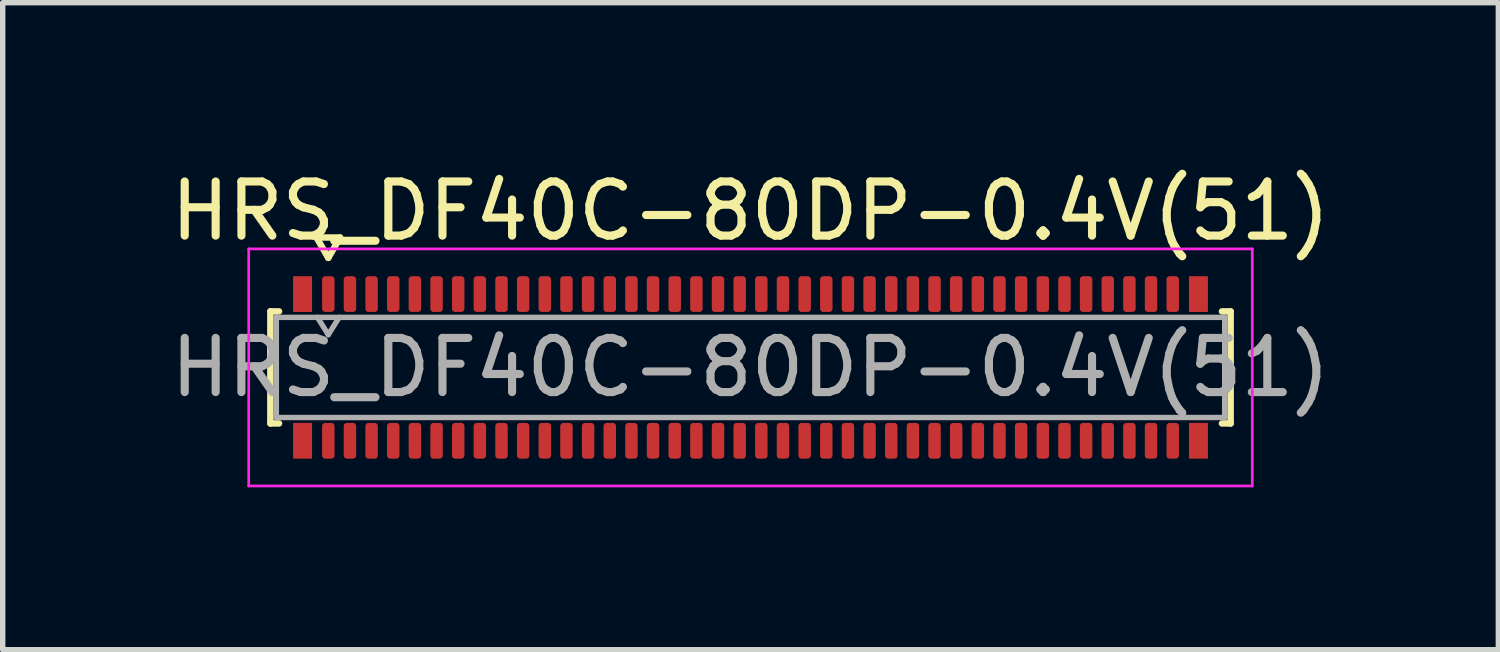
<source format=kicad_pcb>
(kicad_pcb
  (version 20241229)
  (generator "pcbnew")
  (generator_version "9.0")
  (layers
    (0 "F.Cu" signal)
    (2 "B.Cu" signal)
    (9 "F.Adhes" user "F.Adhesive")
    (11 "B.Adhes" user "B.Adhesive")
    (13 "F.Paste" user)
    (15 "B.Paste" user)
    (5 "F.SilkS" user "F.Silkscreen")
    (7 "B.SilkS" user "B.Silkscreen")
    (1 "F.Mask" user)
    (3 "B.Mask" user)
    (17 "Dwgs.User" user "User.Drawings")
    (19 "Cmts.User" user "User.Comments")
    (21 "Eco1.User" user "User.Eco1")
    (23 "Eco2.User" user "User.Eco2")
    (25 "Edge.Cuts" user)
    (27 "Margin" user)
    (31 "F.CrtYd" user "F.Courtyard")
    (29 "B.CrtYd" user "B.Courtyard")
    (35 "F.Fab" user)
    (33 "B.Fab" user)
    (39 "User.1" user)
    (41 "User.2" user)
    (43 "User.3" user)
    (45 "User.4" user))
  (footprint "HRS_DF40C-80DP-0.4V(51)"
    (layer "F.Cu")
    (at 10.815 3.738)
    (property "Reference" "HRS_DF40C-80DP-0.4V(51)" (at 0 -2.89 0) (layer "F.SilkS") (effects (font (size 1 1) (thickness 0.15))))
    (attr smd)
    (fp_line (start -8.87 -1.035) (end -8.71 -1.035) (stroke (width 0.12) (type solid)) (layer "F.SilkS"))
    (fp_line (start -8.87 1.035) (end -8.87 -1.035) (stroke (width 0.12) (type solid)) (layer "F.SilkS"))
    (fp_line (start -8.71 1.035) (end -8.87 1.035) (stroke (width 0.12) (type solid)) (layer "F.SilkS"))
    (fp_line (start -8.017 -2.4) (end -7.8 -2.025) (stroke (width 0.12) (type solid)) (layer "F.SilkS"))
    (fp_line (start -7.8 -2.025) (end -7.583 -2.4) (stroke (width 0.12) (type solid)) (layer "F.SilkS"))
    (fp_line (start -7.583 -2.4) (end -8.017 -2.4) (stroke (width 0.12) (type solid)) (layer "F.SilkS"))
    (fp_line (start 8.71 -1.035) (end 8.87 -1.035) (stroke (width 0.12) (type solid)) (layer "F.SilkS"))
    (fp_line (start 8.87 -1.035) (end 8.87 1.035) (stroke (width 0.12) (type solid)) (layer "F.SilkS"))
    (fp_line (start 8.87 1.035) (end 8.71 1.035) (stroke (width 0.12) (type solid)) (layer "F.SilkS"))
    (fp_line (start -9.27 -2.19) (end -9.27 2.19) (stroke (width 0.05) (type solid)) (layer "F.CrtYd"))
    (fp_line (start -9.27 2.19) (end 9.27 2.19) (stroke (width 0.05) (type solid)) (layer "F.CrtYd"))
    (fp_line (start 9.27 -2.19) (end -9.27 -2.19) (stroke (width 0.05) (type solid)) (layer "F.CrtYd"))
    (fp_line (start 9.27 2.19) (end 9.27 -2.19) (stroke (width 0.05) (type solid)) (layer "F.CrtYd"))
    (fp_line (start -8.76 -0.925) (end 8.76 -0.925) (stroke (width 0.1) (type solid)) (layer "F.Fab"))
    (fp_line (start -8.76 0.925) (end -8.76 -0.925) (stroke (width 0.1) (type solid)) (layer "F.Fab"))
    (fp_line (start -8 -0.925) (end -7.8 -0.605) (stroke (width 0.1) (type solid)) (layer "F.Fab"))
    (fp_line (start -7.8 -0.605) (end -7.6 -0.925) (stroke (width 0.1) (type solid)) (layer "F.Fab"))
    (fp_line (start 8.76 -0.925) (end 8.76 0.925) (stroke (width 0.1) (type solid)) (layer "F.Fab"))
    (fp_line (start 8.76 0.925) (end -8.76 0.925) (stroke (width 0.1) (type solid)) (layer "F.Fab"))
    (fp_text user "${REFERENCE}" (at 0 0 0) (layer "F.Fab") (effects (font (size 1 1) (thickness 0.15))))
    (pad "1" smd roundrect (at -7.8 -1.355) (size 0.23 0.66) (layers "F.Cu" "F.Mask" "F.Paste") (roundrect_rratio 0.25))
    (pad "2" smd roundrect (at -7.8 1.355) (size 0.23 0.66) (layers "F.Cu" "F.Mask" "F.Paste") (roundrect_rratio 0.25))
    (pad "3" smd roundrect (at -7.4 -1.355) (size 0.23 0.66) (layers "F.Cu" "F.Mask" "F.Paste") (roundrect_rratio 0.25))
    (pad "4" smd roundrect (at -7.4 1.355) (size 0.23 0.66) (layers "F.Cu" "F.Mask" "F.Paste") (roundrect_rratio 0.25))
    (pad "5" smd roundrect (at -7 -1.355) (size 0.23 0.66) (layers "F.Cu" "F.Mask" "F.Paste") (roundrect_rratio 0.25))
    (pad "6" smd roundrect (at -7 1.355) (size 0.23 0.66) (layers "F.Cu" "F.Mask" "F.Paste") (roundrect_rratio 0.25))
    (pad "7" smd roundrect (at -6.6 -1.355) (size 0.23 0.66) (layers "F.Cu" "F.Mask" "F.Paste") (roundrect_rratio 0.25))
    (pad "8" smd roundrect (at -6.6 1.355) (size 0.23 0.66) (layers "F.Cu" "F.Mask" "F.Paste") (roundrect_rratio 0.25))
    (pad "9" smd roundrect (at -6.2 -1.355) (size 0.23 0.66) (layers "F.Cu" "F.Mask" "F.Paste") (roundrect_rratio 0.25))
    (pad "10" smd roundrect (at -6.2 1.355) (size 0.23 0.66) (layers "F.Cu" "F.Mask" "F.Paste") (roundrect_rratio 0.25))
    (pad "11" smd roundrect (at -5.8 -1.355) (size 0.23 0.66) (layers "F.Cu" "F.Mask" "F.Paste") (roundrect_rratio 0.25))
    (pad "12" smd roundrect (at -5.8 1.355) (size 0.23 0.66) (layers "F.Cu" "F.Mask" "F.Paste") (roundrect_rratio 0.25))
    (pad "13" smd roundrect (at -5.4 -1.355) (size 0.23 0.66) (layers "F.Cu" "F.Mask" "F.Paste") (roundrect_rratio 0.25))
    (pad "14" smd roundrect (at -5.4 1.355) (size 0.23 0.66) (layers "F.Cu" "F.Mask" "F.Paste") (roundrect_rratio 0.25))
    (pad "15" smd roundrect (at -5 -1.355) (size 0.23 0.66) (layers "F.Cu" "F.Mask" "F.Paste") (roundrect_rratio 0.25))
    (pad "16" smd roundrect (at -5 1.355) (size 0.23 0.66) (layers "F.Cu" "F.Mask" "F.Paste") (roundrect_rratio 0.25))
    (pad "17" smd roundrect (at -4.6 -1.355) (size 0.23 0.66) (layers "F.Cu" "F.Mask" "F.Paste") (roundrect_rratio 0.25))
    (pad "18" smd roundrect (at -4.6 1.355) (size 0.23 0.66) (layers "F.Cu" "F.Mask" "F.Paste") (roundrect_rratio 0.25))
    (pad "19" smd roundrect (at -4.2 -1.355) (size 0.23 0.66) (layers "F.Cu" "F.Mask" "F.Paste") (roundrect_rratio 0.25))
    (pad "20" smd roundrect (at -4.2 1.355) (size 0.23 0.66) (layers "F.Cu" "F.Mask" "F.Paste") (roundrect_rratio 0.25))
    (pad "21" smd roundrect (at -3.8 -1.355) (size 0.23 0.66) (layers "F.Cu" "F.Mask" "F.Paste") (roundrect_rratio 0.25))
    (pad "22" smd roundrect (at -3.8 1.355) (size 0.23 0.66) (layers "F.Cu" "F.Mask" "F.Paste") (roundrect_rratio 0.25))
    (pad "23" smd roundrect (at -3.4 -1.355) (size 0.23 0.66) (layers "F.Cu" "F.Mask" "F.Paste") (roundrect_rratio 0.25))
    (pad "24" smd roundrect (at -3.4 1.355) (size 0.23 0.66) (layers "F.Cu" "F.Mask" "F.Paste") (roundrect_rratio 0.25))
    (pad "25" smd roundrect (at -3 -1.355) (size 0.23 0.66) (layers "F.Cu" "F.Mask" "F.Paste") (roundrect_rratio 0.25))
    (pad "26" smd roundrect (at -3 1.355) (size 0.23 0.66) (layers "F.Cu" "F.Mask" "F.Paste") (roundrect_rratio 0.25))
    (pad "27" smd roundrect (at -2.6 -1.355) (size 0.23 0.66) (layers "F.Cu" "F.Mask" "F.Paste") (roundrect_rratio 0.25))
    (pad "28" smd roundrect (at -2.6 1.355) (size 0.23 0.66) (layers "F.Cu" "F.Mask" "F.Paste") (roundrect_rratio 0.25))
    (pad "29" smd roundrect (at -2.2 -1.355) (size 0.23 0.66) (layers "F.Cu" "F.Mask" "F.Paste") (roundrect_rratio 0.25))
    (pad "30" smd roundrect (at -2.2 1.355) (size 0.23 0.66) (layers "F.Cu" "F.Mask" "F.Paste") (roundrect_rratio 0.25))
    (pad "31" smd roundrect (at -1.8 -1.355) (size 0.23 0.66) (layers "F.Cu" "F.Mask" "F.Paste") (roundrect_rratio 0.25))
    (pad "32" smd roundrect (at -1.8 1.355) (size 0.23 0.66) (layers "F.Cu" "F.Mask" "F.Paste") (roundrect_rratio 0.25))
    (pad "33" smd roundrect (at -1.4 -1.355) (size 0.23 0.66) (layers "F.Cu" "F.Mask" "F.Paste") (roundrect_rratio 0.25))
    (pad "34" smd roundrect (at -1.4 1.355) (size 0.23 0.66) (layers "F.Cu" "F.Mask" "F.Paste") (roundrect_rratio 0.25))
    (pad "35" smd roundrect (at -1 -1.355) (size 0.23 0.66) (layers "F.Cu" "F.Mask" "F.Paste") (roundrect_rratio 0.25))
    (pad "36" smd roundrect (at -1 1.355) (size 0.23 0.66) (layers "F.Cu" "F.Mask" "F.Paste") (roundrect_rratio 0.25))
    (pad "37" smd roundrect (at -0.6 -1.355) (size 0.23 0.66) (layers "F.Cu" "F.Mask" "F.Paste") (roundrect_rratio 0.25))
    (pad "38" smd roundrect (at -0.6 1.355) (size 0.23 0.66) (layers "F.Cu" "F.Mask" "F.Paste") (roundrect_rratio 0.25))
    (pad "39" smd roundrect (at -0.2 -1.355) (size 0.23 0.66) (layers "F.Cu" "F.Mask" "F.Paste") (roundrect_rratio 0.25))
    (pad "40" smd roundrect (at -0.2 1.355) (size 0.23 0.66) (layers "F.Cu" "F.Mask" "F.Paste") (roundrect_rratio 0.25))
    (pad "41" smd roundrect (at 0.2 -1.355) (size 0.23 0.66) (layers "F.Cu" "F.Mask" "F.Paste") (roundrect_rratio 0.25))
    (pad "42" smd roundrect (at 0.2 1.355) (size 0.23 0.66) (layers "F.Cu" "F.Mask" "F.Paste") (roundrect_rratio 0.25))
    (pad "43" smd roundrect (at 0.6 -1.355) (size 0.23 0.66) (layers "F.Cu" "F.Mask" "F.Paste") (roundrect_rratio 0.25))
    (pad "44" smd roundrect (at 0.6 1.355) (size 0.23 0.66) (layers "F.Cu" "F.Mask" "F.Paste") (roundrect_rratio 0.25))
    (pad "45" smd roundrect (at 1 -1.355) (size 0.23 0.66) (layers "F.Cu" "F.Mask" "F.Paste") (roundrect_rratio 0.25))
    (pad "46" smd roundrect (at 1 1.355) (size 0.23 0.66) (layers "F.Cu" "F.Mask" "F.Paste") (roundrect_rratio 0.25))
    (pad "47" smd roundrect (at 1.4 -1.355) (size 0.23 0.66) (layers "F.Cu" "F.Mask" "F.Paste") (roundrect_rratio 0.25))
    (pad "48" smd roundrect (at 1.4 1.355) (size 0.23 0.66) (layers "F.Cu" "F.Mask" "F.Paste") (roundrect_rratio 0.25))
    (pad "49" smd roundrect (at 1.8 -1.355) (size 0.23 0.66) (layers "F.Cu" "F.Mask" "F.Paste") (roundrect_rratio 0.25))
    (pad "50" smd roundrect (at 1.8 1.355) (size 0.23 0.66) (layers "F.Cu" "F.Mask" "F.Paste") (roundrect_rratio 0.25))
    (pad "51" smd roundrect (at 2.2 -1.355) (size 0.23 0.66) (layers "F.Cu" "F.Mask" "F.Paste") (roundrect_rratio 0.25))
    (pad "52" smd roundrect (at 2.2 1.355) (size 0.23 0.66) (layers "F.Cu" "F.Mask" "F.Paste") (roundrect_rratio 0.25))
    (pad "53" smd roundrect (at 2.6 -1.355) (size 0.23 0.66) (layers "F.Cu" "F.Mask" "F.Paste") (roundrect_rratio 0.25))
    (pad "54" smd roundrect (at 2.6 1.355) (size 0.23 0.66) (layers "F.Cu" "F.Mask" "F.Paste") (roundrect_rratio 0.25))
    (pad "55" smd roundrect (at 3 -1.355) (size 0.23 0.66) (layers "F.Cu" "F.Mask" "F.Paste") (roundrect_rratio 0.25))
    (pad "56" smd roundrect (at 3 1.355) (size 0.23 0.66) (layers "F.Cu" "F.Mask" "F.Paste") (roundrect_rratio 0.25))
    (pad "57" smd roundrect (at 3.4 -1.355) (size 0.23 0.66) (layers "F.Cu" "F.Mask" "F.Paste") (roundrect_rratio 0.25))
    (pad "58" smd roundrect (at 3.4 1.355) (size 0.23 0.66) (layers "F.Cu" "F.Mask" "F.Paste") (roundrect_rratio 0.25))
    (pad "59" smd roundrect (at 3.8 -1.355) (size 0.23 0.66) (layers "F.Cu" "F.Mask" "F.Paste") (roundrect_rratio 0.25))
    (pad "60" smd roundrect (at 3.8 1.355) (size 0.23 0.66) (layers "F.Cu" "F.Mask" "F.Paste") (roundrect_rratio 0.25))
    (pad "61" smd roundrect (at 4.2 -1.355) (size 0.23 0.66) (layers "F.Cu" "F.Mask" "F.Paste") (roundrect_rratio 0.25))
    (pad "62" smd roundrect (at 4.2 1.355) (size 0.23 0.66) (layers "F.Cu" "F.Mask" "F.Paste") (roundrect_rratio 0.25))
    (pad "63" smd roundrect (at 4.6 -1.355) (size 0.23 0.66) (layers "F.Cu" "F.Mask" "F.Paste") (roundrect_rratio 0.25))
    (pad "64" smd roundrect (at 4.6 1.355) (size 0.23 0.66) (layers "F.Cu" "F.Mask" "F.Paste") (roundrect_rratio 0.25))
    (pad "65" smd roundrect (at 5 -1.355) (size 0.23 0.66) (layers "F.Cu" "F.Mask" "F.Paste") (roundrect_rratio 0.25))
    (pad "66" smd roundrect (at 5 1.355) (size 0.23 0.66) (layers "F.Cu" "F.Mask" "F.Paste") (roundrect_rratio 0.25))
    (pad "67" smd roundrect (at 5.4 -1.355) (size 0.23 0.66) (layers "F.Cu" "F.Mask" "F.Paste") (roundrect_rratio 0.25))
    (pad "68" smd roundrect (at 5.4 1.355) (size 0.23 0.66) (layers "F.Cu" "F.Mask" "F.Paste") (roundrect_rratio 0.25))
    (pad "69" smd roundrect (at 5.8 -1.355) (size 0.23 0.66) (layers "F.Cu" "F.Mask" "F.Paste") (roundrect_rratio 0.25))
    (pad "70" smd roundrect (at 5.8 1.355) (size 0.23 0.66) (layers "F.Cu" "F.Mask" "F.Paste") (roundrect_rratio 0.25))
    (pad "71" smd roundrect (at 6.2 -1.355) (size 0.23 0.66) (layers "F.Cu" "F.Mask" "F.Paste") (roundrect_rratio 0.25))
    (pad "72" smd roundrect (at 6.2 1.355) (size 0.23 0.66) (layers "F.Cu" "F.Mask" "F.Paste") (roundrect_rratio 0.25))
    (pad "73" smd roundrect (at 6.6 -1.355) (size 0.23 0.66) (layers "F.Cu" "F.Mask" "F.Paste") (roundrect_rratio 0.25))
    (pad "74" smd roundrect (at 6.6 1.355) (size 0.23 0.66) (layers "F.Cu" "F.Mask" "F.Paste") (roundrect_rratio 0.25))
    (pad "75" smd roundrect (at 7 -1.355) (size 0.23 0.66) (layers "F.Cu" "F.Mask" "F.Paste") (roundrect_rratio 0.25))
    (pad "76" smd roundrect (at 7 1.355) (size 0.23 0.66) (layers "F.Cu" "F.Mask" "F.Paste") (roundrect_rratio 0.25))
    (pad "77" smd roundrect (at 7.4 -1.355) (size 0.23 0.66) (layers "F.Cu" "F.Mask" "F.Paste") (roundrect_rratio 0.25))
    (pad "78" smd roundrect (at 7.4 1.355) (size 0.23 0.66) (layers "F.Cu" "F.Mask" "F.Paste") (roundrect_rratio 0.25))
    (pad "79" smd roundrect (at 7.8 -1.355) (size 0.23 0.66) (layers "F.Cu" "F.Mask" "F.Paste") (roundrect_rratio 0.25))
    (pad "80" smd roundrect (at 7.8 1.355) (size 0.23 0.66) (layers "F.Cu" "F.Mask" "F.Paste") (roundrect_rratio 0.25))
    (pad "MP" smd rect (at -8.275 -1.355) (size 0.35 0.66) (layers "F.Cu" "F.Mask" "F.Paste"))
    (pad "MP" smd rect (at -8.275 1.355) (size 0.35 0.66) (layers "F.Cu" "F.Mask" "F.Paste"))
    (pad "MP" smd rect (at 8.275 -1.355) (size 0.35 0.66) (layers "F.Cu" "F.Mask" "F.Paste"))
    (pad "MP" smd rect (at 8.275 1.355) (size 0.35 0.66) (layers "F.Cu" "F.Mask" "F.Paste")))
  (gr_rect
    (start -3 -3)
    (end 24.631 8.953)
    (stroke (width 0.1) (type default))
    (fill no)
    (layer "Edge.Cuts")))
</source>
